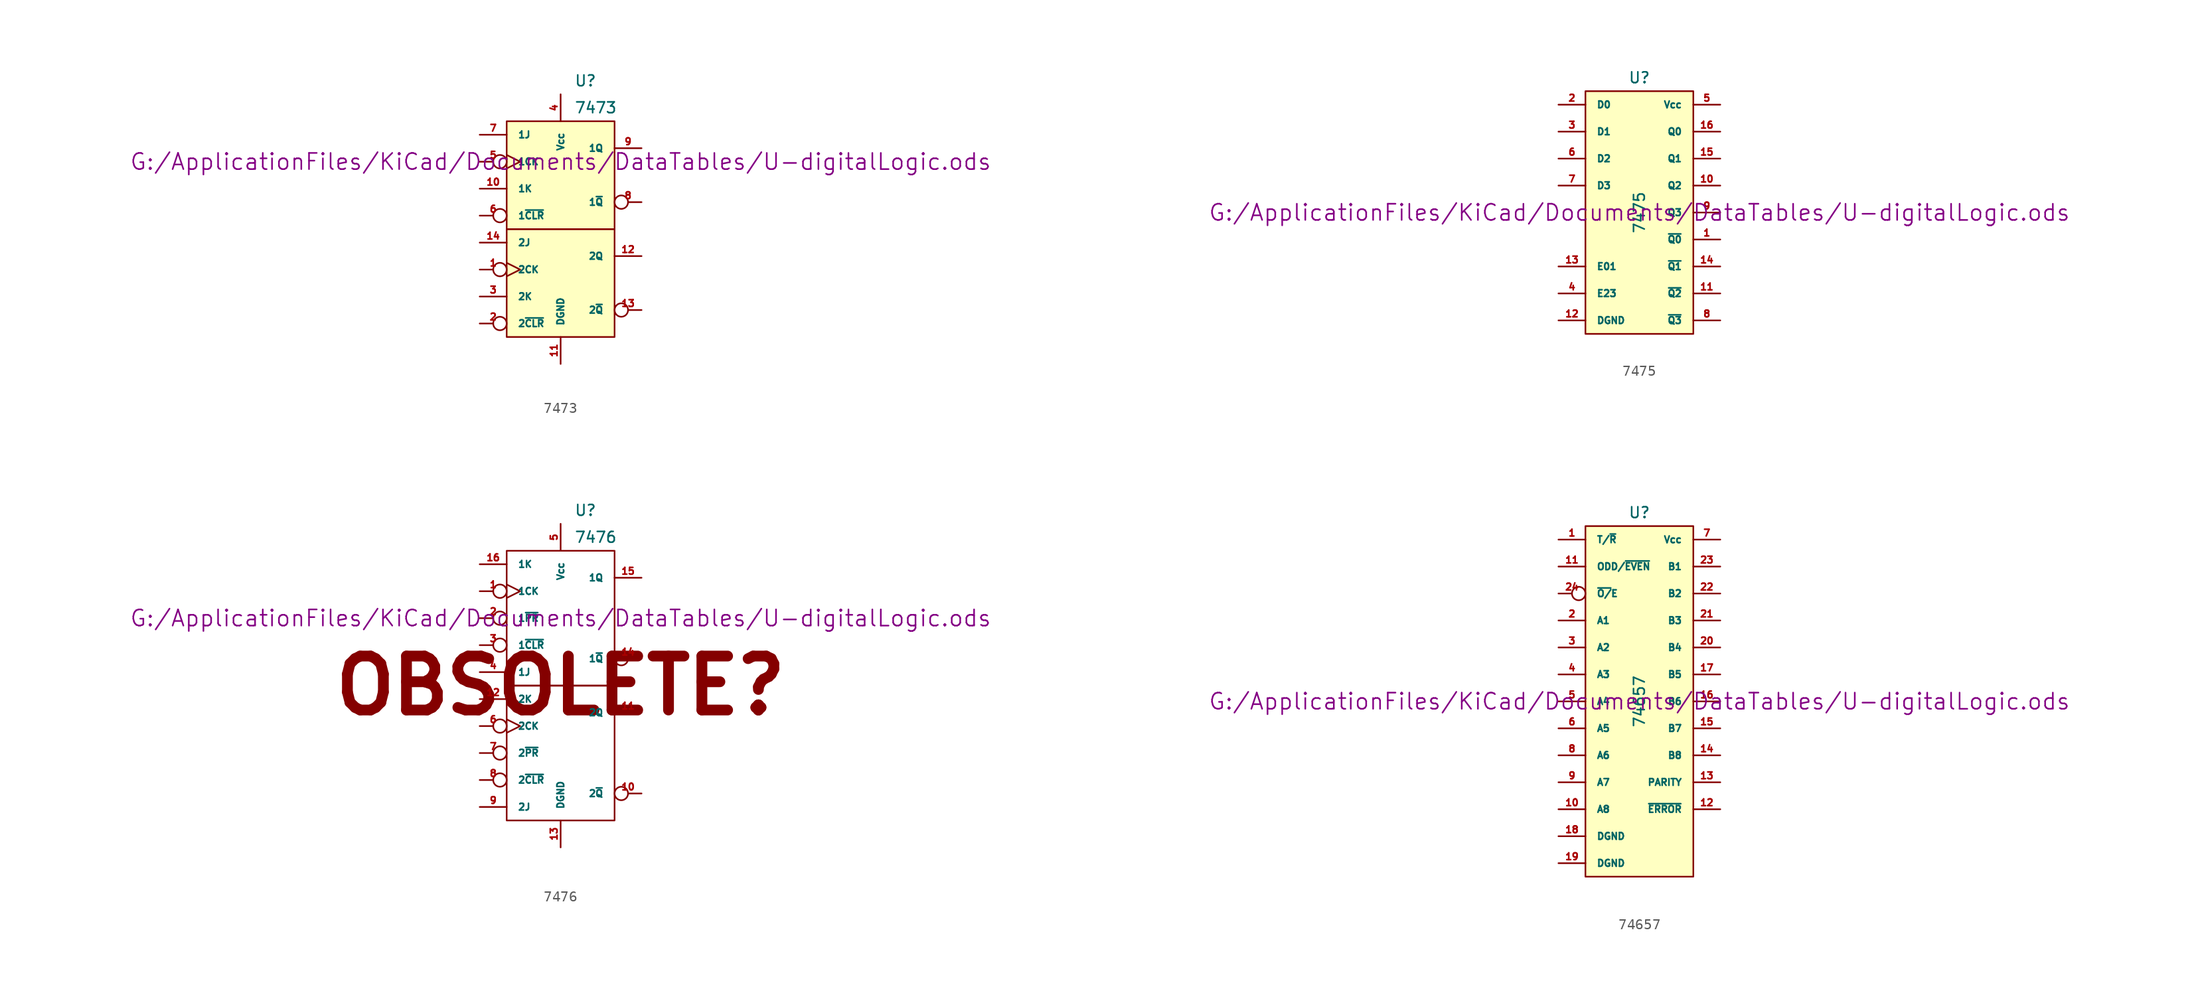
<source format=kicad_sym>
(kicad_symbol_lib
  (version 20211014)
  (generator kicad_symbol_editor)
  (symbol "7473"
    (pin_names
      (offset 1.016))
    (property "Reference" "U"
      (at 1.27 13.97 0)
      (effects (font (size 1.016 1.016)) (justify left)))
    (property "Value" "7473"
      (at 1.27 11.43 0)
      (effects (font (size 1.016 1.016)) (justify left)))
    (property "Footprint" ""
      (at 0 6.35 0)
      (effects (font (size 1.524 1.524))))
    (property "Datasheet" "G:/ApplicationFiles/KiCad/Documents/DataTables/U-digitalLogic.ods"
      (at 0 6.35 0)
      (effects (font (size 1.524 1.524))))
    (symbol "7473_0_1"
      (rectangle (start -5.08 0) (end 5.08 -10.16) (stroke (width 0) (type default) (color 0 0 0 0)) (fill (type background)))
      (rectangle (start -5.08 10.16) (end 5.08 0) (stroke (width 0) (type default) (color 0 0 0 0)) (fill (type background))))
    (symbol "7473_1_1"
      (pin input inverted_clock (at -7.62 -3.81 0) (length 2.54) (name "2CK" (effects (font (size 0.635 0.635)))) (number "1" (effects (font (size 0.635 0.635)))))
      (pin input line (at -7.62 3.81 0) (length 2.54) (name "1K" (effects (font (size 0.635 0.635)))) (number "10" (effects (font (size 0.635 0.635)))))
      (pin power_in line (at 0 -12.7 90) (length 2.54) (name "DGND" (effects (font (size 0.635 0.635)))) (number "11" (effects (font (size 0.635 0.635)))))
      (pin output line (at 7.62 -2.54 180) (length 2.54) (name "2Q" (effects (font (size 0.635 0.635)))) (number "12" (effects (font (size 0.635 0.635)))))
      (pin output inverted (at 7.62 -7.62 180) (length 2.54) (name "2~{Q}" (effects (font (size 0.635 0.635)))) (number "13" (effects (font (size 0.635 0.635)))))
      (pin input line (at -7.62 -1.27 0) (length 2.54) (name "2J" (effects (font (size 0.635 0.635)))) (number "14" (effects (font (size 0.635 0.635)))))
      (pin input inverted (at -7.62 -8.89 0) (length 2.54) (name "2~{CLR}" (effects (font (size 0.635 0.635)))) (number "2" (effects (font (size 0.635 0.635)))))
      (pin input line (at -7.62 -6.35 0) (length 2.54) (name "2K" (effects (font (size 0.635 0.635)))) (number "3" (effects (font (size 0.635 0.635)))))
      (pin power_in line (at 0 12.7 270) (length 2.54) (name "Vcc" (effects (font (size 0.635 0.635)))) (number "4" (effects (font (size 0.635 0.635)))))
      (pin input inverted_clock (at -7.62 6.35 0) (length 2.54) (name "1CK" (effects (font (size 0.635 0.635)))) (number "5" (effects (font (size 0.635 0.635)))))
      (pin input inverted (at -7.62 1.27 0) (length 2.54) (name "1~{CLR}" (effects (font (size 0.635 0.635)))) (number "6" (effects (font (size 0.635 0.635)))))
      (pin input line (at -7.62 8.89 0) (length 2.54) (name "1J" (effects (font (size 0.635 0.635)))) (number "7" (effects (font (size 0.635 0.635)))))
      (pin output inverted (at 7.62 2.54 180) (length 2.54) (name "1~{Q}" (effects (font (size 0.635 0.635)))) (number "8" (effects (font (size 0.635 0.635)))))
      (pin output line (at 7.62 7.62 180) (length 2.54) (name "1Q" (effects (font (size 0.635 0.635)))) (number "9" (effects (font (size 0.635 0.635)))))))
  (symbol "7475"
    (pin_names
      (offset 1.016))
    (property "Reference" "U"
      (at 0 12.7 0)
      (effects (font (size 1.016 1.016))))
    (property "Value" "7475"
      (at 0 0 90)
      (effects (font (size 1.016 1.016))))
    (property "Footprint" ""
      (at 0 0 0)
      (effects (font (size 1.524 1.524))))
    (property "Datasheet" "G:/ApplicationFiles/KiCad/Documents/DataTables/U-digitalLogic.ods"
      (at 0 0 0)
      (effects (font (size 1.524 1.524))))
    (symbol "7475_0_1"
      (rectangle (start -5.08 11.43) (end 5.08 -11.43) (stroke (width 0) (type default) (color 0 0 0 0)) (fill (type background))))
    (symbol "7475_1_1"
      (pin output line (at 7.62 -2.54 180) (length 2.54) (name "~{Q0}" (effects (font (size 0.635 0.635)))) (number "1" (effects (font (size 0.635 0.635)))))
      (pin output line (at 7.62 2.54 180) (length 2.54) (name "Q2" (effects (font (size 0.635 0.635)))) (number "10" (effects (font (size 0.635 0.635)))))
      (pin output line (at 7.62 -7.62 180) (length 2.54) (name "~{Q2}" (effects (font (size 0.635 0.635)))) (number "11" (effects (font (size 0.635 0.635)))))
      (pin input line (at -7.62 -10.16 0) (length 2.54) (name "DGND" (effects (font (size 0.635 0.635)))) (number "12" (effects (font (size 0.635 0.635)))))
      (pin input line (at -7.62 -5.08 0) (length 2.54) (name "E01" (effects (font (size 0.635 0.635)))) (number "13" (effects (font (size 0.635 0.635)))))
      (pin output line (at 7.62 -5.08 180) (length 2.54) (name "~{Q1}" (effects (font (size 0.635 0.635)))) (number "14" (effects (font (size 0.635 0.635)))))
      (pin output line (at 7.62 5.08 180) (length 2.54) (name "Q1" (effects (font (size 0.635 0.635)))) (number "15" (effects (font (size 0.635 0.635)))))
      (pin output line (at 7.62 7.62 180) (length 2.54) (name "Q0" (effects (font (size 0.635 0.635)))) (number "16" (effects (font (size 0.635 0.635)))))
      (pin input line (at -7.62 10.16 0) (length 2.54) (name "D0" (effects (font (size 0.635 0.635)))) (number "2" (effects (font (size 0.635 0.635)))))
      (pin input line (at -7.62 7.62 0) (length 2.54) (name "D1" (effects (font (size 0.635 0.635)))) (number "3" (effects (font (size 0.635 0.635)))))
      (pin input line (at -7.62 -7.62 0) (length 2.54) (name "E23" (effects (font (size 0.635 0.635)))) (number "4" (effects (font (size 0.635 0.635)))))
      (pin power_in line (at 7.62 10.16 180) (length 2.54) (name "Vcc" (effects (font (size 0.635 0.635)))) (number "5" (effects (font (size 0.635 0.635)))))
      (pin input line (at -7.62 5.08 0) (length 2.54) (name "D2" (effects (font (size 0.635 0.635)))) (number "6" (effects (font (size 0.635 0.635)))))
      (pin input line (at -7.62 2.54 0) (length 2.54) (name "D3" (effects (font (size 0.635 0.635)))) (number "7" (effects (font (size 0.635 0.635)))))
      (pin output line (at 7.62 -10.16 180) (length 2.54) (name "~{Q3}" (effects (font (size 0.635 0.635)))) (number "8" (effects (font (size 0.635 0.635)))))
      (pin output line (at 7.62 0 180) (length 2.54) (name "Q3" (effects (font (size 0.635 0.635)))) (number "9" (effects (font (size 0.635 0.635)))))))
  (symbol "7476"
    (pin_names
      (offset 1.016))
    (property "Reference" "U"
      (at 1.27 16.51 0)
      (effects (font (size 1.016 1.016)) (justify left)))
    (property "Value" "7476"
      (at 1.27 13.97 0)
      (effects (font (size 1.016 1.016)) (justify left)))
    (property "Footprint" ""
      (at 0 6.35 0)
      (effects (font (size 1.524 1.524))))
    (property "Datasheet" "G:/ApplicationFiles/KiCad/Documents/DataTables/U-digitalLogic.ods"
      (at 0 6.35 0)
      (effects (font (size 1.524 1.524))))
    (symbol "7476_0_0"
      (text "OBSOLETE?" (at 0 0 0) (effects (font (size 5.08 5.08) bold))))
    (symbol "7476_0_1"
      (rectangle (start -5.08 0) (end 5.08 -12.7) (stroke (width 0) (type default) (color 0 0 0 0)) (fill (type none)))
      (rectangle (start -5.08 12.7) (end 5.08 0) (stroke (width 0) (type default) (color 0 0 0 0)) (fill (type none))))
    (symbol "7476_1_1"
      (pin input inverted_clock (at -7.62 8.89 0) (length 2.54) (name "1CK" (effects (font (size 0.635 0.635)))) (number "1" (effects (font (size 0.635 0.635)))))
      (pin output inverted (at 7.62 -10.16 180) (length 2.54) (name "2~{Q}" (effects (font (size 0.635 0.635)))) (number "10" (effects (font (size 0.635 0.635)))))
      (pin output line (at 7.62 -2.54 180) (length 2.54) (name "2Q" (effects (font (size 0.635 0.635)))) (number "11" (effects (font (size 0.635 0.635)))))
      (pin input line (at -7.62 -1.27 0) (length 2.54) (name "2K" (effects (font (size 0.635 0.635)))) (number "12" (effects (font (size 0.635 0.635)))))
      (pin power_in line (at 0 -15.24 90) (length 2.54) (name "DGND" (effects (font (size 0.635 0.635)))) (number "13" (effects (font (size 0.635 0.635)))))
      (pin output inverted (at 7.62 2.54 180) (length 2.54) (name "1~{Q}" (effects (font (size 0.635 0.635)))) (number "14" (effects (font (size 0.635 0.635)))))
      (pin output line (at 7.62 10.16 180) (length 2.54) (name "1Q" (effects (font (size 0.635 0.635)))) (number "15" (effects (font (size 0.635 0.635)))))
      (pin input line (at -7.62 11.43 0) (length 2.54) (name "1K" (effects (font (size 0.635 0.635)))) (number "16" (effects (font (size 0.635 0.635)))))
      (pin input inverted (at -7.62 6.35 0) (length 2.54) (name "1~{PR}" (effects (font (size 0.635 0.635)))) (number "2" (effects (font (size 0.635 0.635)))))
      (pin input inverted (at -7.62 3.81 0) (length 2.54) (name "1~{CLR}" (effects (font (size 0.635 0.635)))) (number "3" (effects (font (size 0.635 0.635)))))
      (pin input line (at -7.62 1.27 0) (length 2.54) (name "1J" (effects (font (size 0.635 0.635)))) (number "4" (effects (font (size 0.635 0.635)))))
      (pin power_in line (at 0 15.24 270) (length 2.54) (name "Vcc" (effects (font (size 0.635 0.635)))) (number "5" (effects (font (size 0.635 0.635)))))
      (pin input inverted_clock (at -7.62 -3.81 0) (length 2.54) (name "2CK" (effects (font (size 0.635 0.635)))) (number "6" (effects (font (size 0.635 0.635)))))
      (pin input inverted (at -7.62 -6.35 0) (length 2.54) (name "2~{PR}" (effects (font (size 0.635 0.635)))) (number "7" (effects (font (size 0.635 0.635)))))
      (pin input inverted (at -7.62 -8.89 0) (length 2.54) (name "2~{CLR}" (effects (font (size 0.635 0.635)))) (number "8" (effects (font (size 0.635 0.635)))))
      (pin input line (at -7.62 -11.43 0) (length 2.54) (name "2J" (effects (font (size 0.635 0.635)))) (number "9" (effects (font (size 0.635 0.635)))))))
  (symbol "74657"
    (pin_names
      (offset 1.016))
    (property "Reference" "U"
      (at 0 17.78 0)
      (effects (font (size 1.016 1.016))))
    (property "Value" "74657"
      (at 0 0 90)
      (effects (font (size 1.016 1.016))))
    (property "Footprint" ""
      (at 0 0 0)
      (effects (font (size 1.524 1.524))))
    (property "Datasheet" "G:/ApplicationFiles/KiCad/Documents/DataTables/U-digitalLogic.ods"
      (at 0 0 0)
      (effects (font (size 1.524 1.524))))
    (symbol "74657_0_1"
      (rectangle (start -5.08 16.51) (end 5.08 -16.51) (stroke (width 0) (type default) (color 0 0 0 0)) (fill (type background))))
    (symbol "74657_1_1"
      (pin input line (at -7.62 15.24 0) (length 2.54) (name "T/~{R}" (effects (font (size 0.635 0.635)))) (number "1" (effects (font (size 0.635 0.635)))))
      (pin tri_state line (at -7.62 -10.16 0) (length 2.54) (name "A8" (effects (font (size 0.635 0.635)))) (number "10" (effects (font (size 0.635 0.635)))))
      (pin input line (at -7.62 12.7 0) (length 2.54) (name "ODD/~{EVEN}" (effects (font (size 0.635 0.635)))) (number "11" (effects (font (size 0.635 0.635)))))
      (pin output line (at 7.62 -10.16 180) (length 2.54) (name "~{ERROR}" (effects (font (size 0.635 0.635)))) (number "12" (effects (font (size 0.635 0.635)))))
      (pin output line (at 7.62 -7.62 180) (length 2.54) (name "PARITY" (effects (font (size 0.635 0.635)))) (number "13" (effects (font (size 0.635 0.635)))))
      (pin tri_state line (at 7.62 -5.08 180) (length 2.54) (name "B8" (effects (font (size 0.635 0.635)))) (number "14" (effects (font (size 0.635 0.635)))))
      (pin tri_state line (at 7.62 -2.54 180) (length 2.54) (name "B7" (effects (font (size 0.635 0.635)))) (number "15" (effects (font (size 0.635 0.635)))))
      (pin tri_state line (at 7.62 0 180) (length 2.54) (name "B6" (effects (font (size 0.635 0.635)))) (number "16" (effects (font (size 0.635 0.635)))))
      (pin tri_state line (at 7.62 2.54 180) (length 2.54) (name "B5" (effects (font (size 0.635 0.635)))) (number "17" (effects (font (size 0.635 0.635)))))
      (pin power_in line (at -7.62 -12.7 0) (length 2.54) (name "DGND" (effects (font (size 0.635 0.635)))) (number "18" (effects (font (size 0.635 0.635)))))
      (pin power_in line (at -7.62 -15.24 0) (length 2.54) (name "DGND" (effects (font (size 0.635 0.635)))) (number "19" (effects (font (size 0.635 0.635)))))
      (pin tri_state line (at -7.62 7.62 0) (length 2.54) (name "A1" (effects (font (size 0.635 0.635)))) (number "2" (effects (font (size 0.635 0.635)))))
      (pin tri_state line (at 7.62 5.08 180) (length 2.54) (name "B4" (effects (font (size 0.635 0.635)))) (number "20" (effects (font (size 0.635 0.635)))))
      (pin tri_state line (at 7.62 7.62 180) (length 2.54) (name "B3" (effects (font (size 0.635 0.635)))) (number "21" (effects (font (size 0.635 0.635)))))
      (pin tri_state line (at 7.62 10.16 180) (length 2.54) (name "B2" (effects (font (size 0.635 0.635)))) (number "22" (effects (font (size 0.635 0.635)))))
      (pin tri_state line (at 7.62 12.7 180) (length 2.54) (name "B1" (effects (font (size 0.635 0.635)))) (number "23" (effects (font (size 0.635 0.635)))))
      (pin input inverted (at -7.62 10.16 0) (length 2.54) (name "~{O/}E" (effects (font (size 0.635 0.635)))) (number "24" (effects (font (size 0.635 0.635)))))
      (pin tri_state line (at -7.62 5.08 0) (length 2.54) (name "A2" (effects (font (size 0.635 0.635)))) (number "3" (effects (font (size 0.635 0.635)))))
      (pin tri_state line (at -7.62 2.54 0) (length 2.54) (name "A3" (effects (font (size 0.635 0.635)))) (number "4" (effects (font (size 0.635 0.635)))))
      (pin tri_state line (at -7.62 0 0) (length 2.54) (name "A4" (effects (font (size 0.635 0.635)))) (number "5" (effects (font (size 0.635 0.635)))))
      (pin tri_state line (at -7.62 -2.54 0) (length 2.54) (name "A5" (effects (font (size 0.635 0.635)))) (number "6" (effects (font (size 0.635 0.635)))))
      (pin power_in line (at 7.62 15.24 180) (length 2.54) (name "Vcc" (effects (font (size 0.635 0.635)))) (number "7" (effects (font (size 0.635 0.635)))))
      (pin tri_state line (at -7.62 -5.08 0) (length 2.54) (name "A6" (effects (font (size 0.635 0.635)))) (number "8" (effects (font (size 0.635 0.635)))))
      (pin tri_state line (at -7.62 -7.62 0) (length 2.54) (name "A7" (effects (font (size 0.635 0.635)))) (number "9" (effects (font (size 0.635 0.635))))))))
</source>
